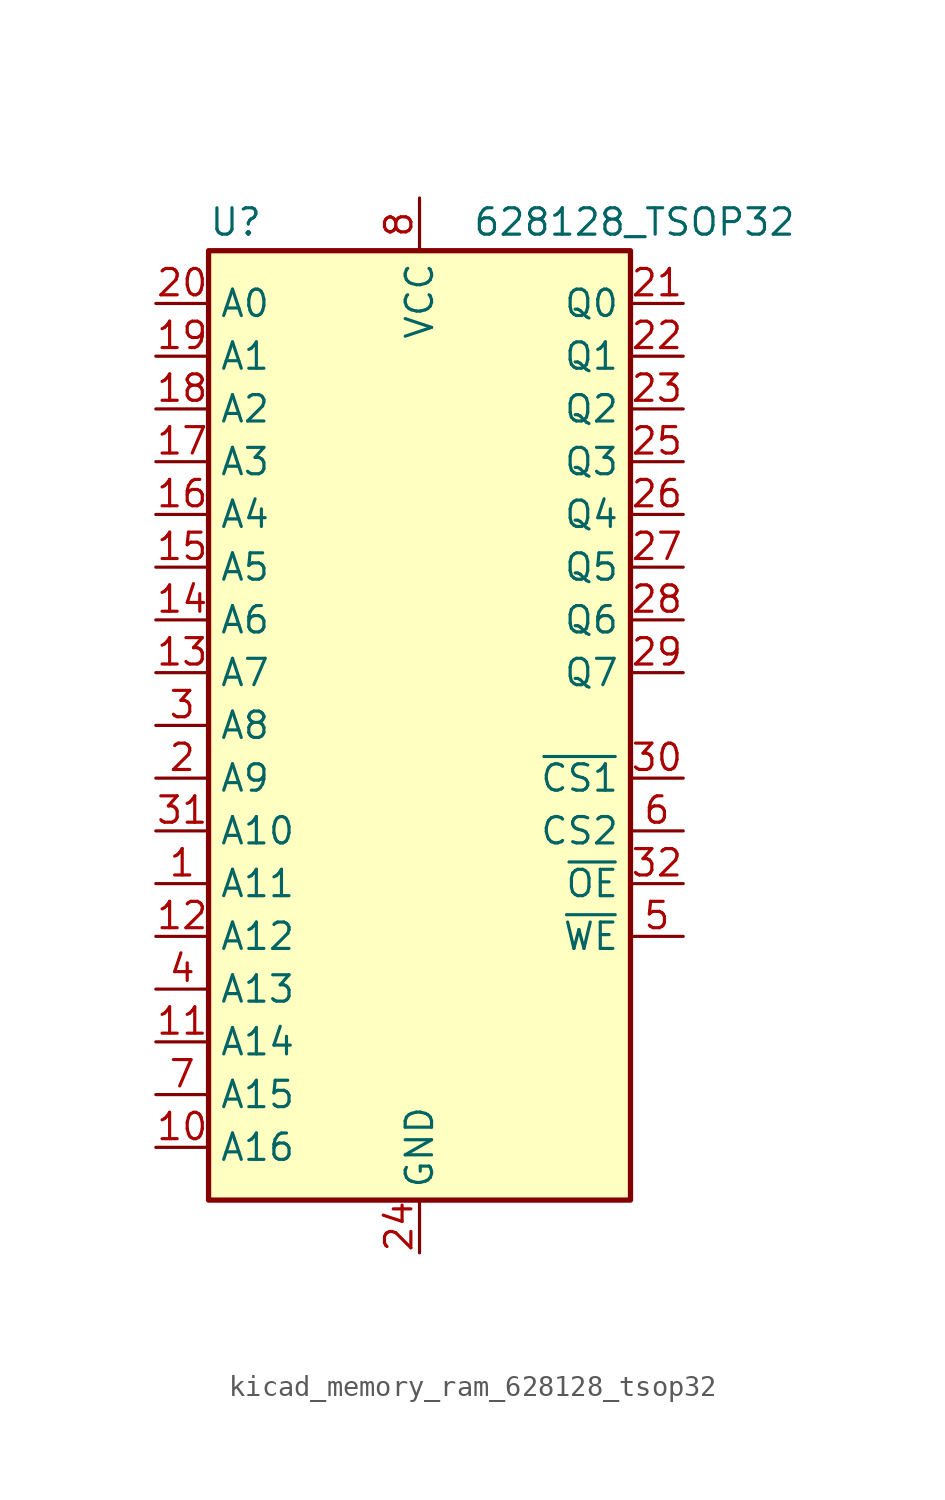
<source format=kicad_sym>
(kicad_symbol_lib
  (version 20220914)
  (generator kicad_symbol_editor)
  (symbol "kicad_memory_ram_628128_tsop32"
    (property "Reference" "U"
      (at -10.16 23.495 0)
      (effects (font (size 1.27 1.27)) (justify left bottom)))
    (property "Value" "628128_TSOP32"
      (at 2.54 23.495 0)
      (effects (font (size 1.27 1.27)) (justify left bottom)))
    (symbol "kicad_memory_ram_628128_tsop32_0_0"
      (pin power_in line (at 0 -25.4 90) (length 2.54) (name "GND" (effects (font (size 1.27 1.27)))) (number "24" (effects (font (size 1.27 1.27)))))
      (pin power_in line (at 0 25.4 270) (length 2.54) (name "VCC" (effects (font (size 1.27 1.27)))) (number "8" (effects (font (size 1.27 1.27))))))
    (symbol "kicad_memory_ram_628128_tsop32_0_1"
      (rectangle (start -10.16 22.86) (end 10.16 -22.86) (stroke (width 0.254) (type default)) (fill (type background))))
    (symbol "kicad_memory_ram_628128_tsop32_1_1"
      (pin input line (at -12.7 -7.62 0) (length 2.54) (name "A11" (effects (font (size 1.27 1.27)))) (number "1" (effects (font (size 1.27 1.27)))))
      (pin input line (at -12.7 -20.32 0) (length 2.54) (name "A16" (effects (font (size 1.27 1.27)))) (number "10" (effects (font (size 1.27 1.27)))))
      (pin input line (at -12.7 -15.24 0) (length 2.54) (name "A14" (effects (font (size 1.27 1.27)))) (number "11" (effects (font (size 1.27 1.27)))))
      (pin input line (at -12.7 -10.16 0) (length 2.54) (name "A12" (effects (font (size 1.27 1.27)))) (number "12" (effects (font (size 1.27 1.27)))))
      (pin input line (at -12.7 2.54 0) (length 2.54) (name "A7" (effects (font (size 1.27 1.27)))) (number "13" (effects (font (size 1.27 1.27)))))
      (pin input line (at -12.7 5.08 0) (length 2.54) (name "A6" (effects (font (size 1.27 1.27)))) (number "14" (effects (font (size 1.27 1.27)))))
      (pin input line (at -12.7 7.62 0) (length 2.54) (name "A5" (effects (font (size 1.27 1.27)))) (number "15" (effects (font (size 1.27 1.27)))))
      (pin input line (at -12.7 10.16 0) (length 2.54) (name "A4" (effects (font (size 1.27 1.27)))) (number "16" (effects (font (size 1.27 1.27)))))
      (pin input line (at -12.7 12.7 0) (length 2.54) (name "A3" (effects (font (size 1.27 1.27)))) (number "17" (effects (font (size 1.27 1.27)))))
      (pin input line (at -12.7 15.24 0) (length 2.54) (name "A2" (effects (font (size 1.27 1.27)))) (number "18" (effects (font (size 1.27 1.27)))))
      (pin input line (at -12.7 17.78 0) (length 2.54) (name "A1" (effects (font (size 1.27 1.27)))) (number "19" (effects (font (size 1.27 1.27)))))
      (pin input line (at -12.7 -2.54 0) (length 2.54) (name "A9" (effects (font (size 1.27 1.27)))) (number "2" (effects (font (size 1.27 1.27)))))
      (pin input line (at -12.7 20.32 0) (length 2.54) (name "A0" (effects (font (size 1.27 1.27)))) (number "20" (effects (font (size 1.27 1.27)))))
      (pin tri_state line (at 12.7 20.32 180) (length 2.54) (name "Q0" (effects (font (size 1.27 1.27)))) (number "21" (effects (font (size 1.27 1.27)))))
      (pin tri_state line (at 12.7 17.78 180) (length 2.54) (name "Q1" (effects (font (size 1.27 1.27)))) (number "22" (effects (font (size 1.27 1.27)))))
      (pin tri_state line (at 12.7 15.24 180) (length 2.54) (name "Q2" (effects (font (size 1.27 1.27)))) (number "23" (effects (font (size 1.27 1.27)))))
      (pin tri_state line (at 12.7 12.7 180) (length 2.54) (name "Q3" (effects (font (size 1.27 1.27)))) (number "25" (effects (font (size 1.27 1.27)))))
      (pin tri_state line (at 12.7 10.16 180) (length 2.54) (name "Q4" (effects (font (size 1.27 1.27)))) (number "26" (effects (font (size 1.27 1.27)))))
      (pin tri_state line (at 12.7 7.62 180) (length 2.54) (name "Q5" (effects (font (size 1.27 1.27)))) (number "27" (effects (font (size 1.27 1.27)))))
      (pin tri_state line (at 12.7 5.08 180) (length 2.54) (name "Q6" (effects (font (size 1.27 1.27)))) (number "28" (effects (font (size 1.27 1.27)))))
      (pin tri_state line (at 12.7 2.54 180) (length 2.54) (name "Q7" (effects (font (size 1.27 1.27)))) (number "29" (effects (font (size 1.27 1.27)))))
      (pin input line (at -12.7 0 0) (length 2.54) (name "A8" (effects (font (size 1.27 1.27)))) (number "3" (effects (font (size 1.27 1.27)))))
      (pin input line (at 12.7 -2.54 180) (length 2.54) (name "~{CS1}" (effects (font (size 1.27 1.27)))) (number "30" (effects (font (size 1.27 1.27)))))
      (pin input line (at -12.7 -5.08 0) (length 2.54) (name "A10" (effects (font (size 1.27 1.27)))) (number "31" (effects (font (size 1.27 1.27)))))
      (pin input line (at 12.7 -7.62 180) (length 2.54) (name "~{OE}" (effects (font (size 1.27 1.27)))) (number "32" (effects (font (size 1.27 1.27)))))
      (pin input line (at -12.7 -12.7 0) (length 2.54) (name "A13" (effects (font (size 1.27 1.27)))) (number "4" (effects (font (size 1.27 1.27)))))
      (pin input line (at 12.7 -10.16 180) (length 2.54) (name "~{WE}" (effects (font (size 1.27 1.27)))) (number "5" (effects (font (size 1.27 1.27)))))
      (pin input line (at 12.7 -5.08 180) (length 2.54) (name "CS2" (effects (font (size 1.27 1.27)))) (number "6" (effects (font (size 1.27 1.27)))))
      (pin input line (at -12.7 -17.78 0) (length 2.54) (name "A15" (effects (font (size 1.27 1.27)))) (number "7" (effects (font (size 1.27 1.27)))))
      (pin no_connect line (at 10.16 -20.32 180) (length 2.54) hide (name "NC" (effects (font (size 1.27 1.27)))) (number "9" (effects (font (size 1.27 1.27))))))))
</source>
